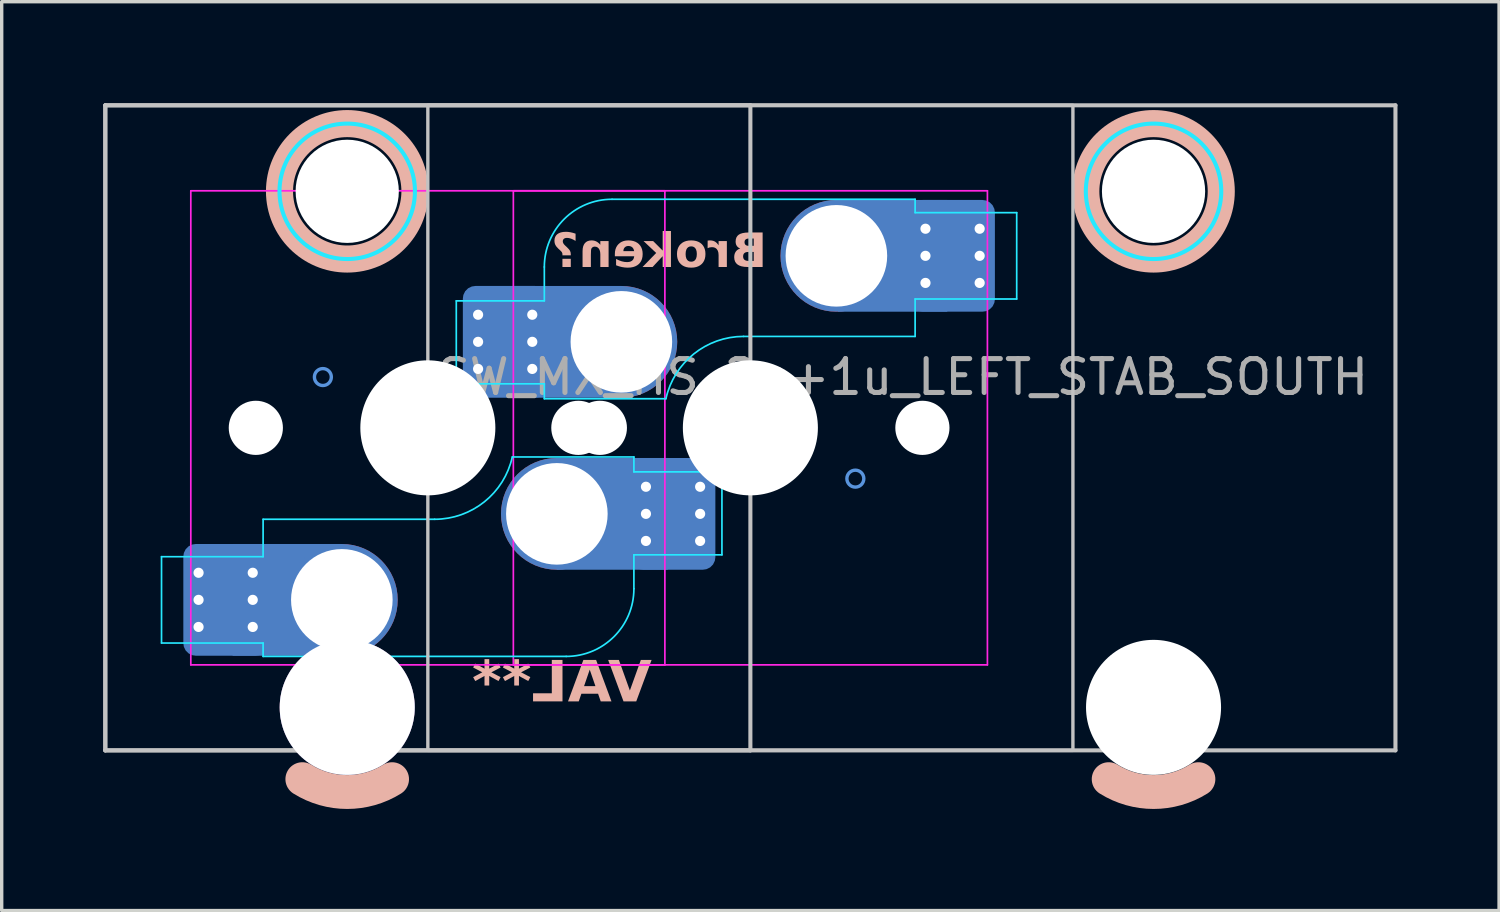
<source format=kicad_pcb>
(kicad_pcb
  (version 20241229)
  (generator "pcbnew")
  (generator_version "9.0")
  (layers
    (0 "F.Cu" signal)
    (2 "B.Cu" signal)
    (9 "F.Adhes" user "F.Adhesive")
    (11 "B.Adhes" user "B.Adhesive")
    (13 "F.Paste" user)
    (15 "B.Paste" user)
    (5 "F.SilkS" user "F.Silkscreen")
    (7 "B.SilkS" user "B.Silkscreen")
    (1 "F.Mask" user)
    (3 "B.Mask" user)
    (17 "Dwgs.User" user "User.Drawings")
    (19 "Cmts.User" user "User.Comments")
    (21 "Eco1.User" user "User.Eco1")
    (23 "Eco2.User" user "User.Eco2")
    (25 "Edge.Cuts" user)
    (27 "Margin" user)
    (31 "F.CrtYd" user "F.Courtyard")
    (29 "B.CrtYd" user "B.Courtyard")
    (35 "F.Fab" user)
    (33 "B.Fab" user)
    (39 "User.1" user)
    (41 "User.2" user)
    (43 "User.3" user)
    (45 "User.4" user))
  (footprint "SW_MX_HS_2u+1u_LEFT_STAB_SOUTH"
    (layer "F.Cu")
    (at 9.585 9.585)
    (property "Reference" "SW_MX_HS_2u+1u_LEFT_STAB_SOUTH" (at 14.025 -1.5 0) (layer "F.Fab") (effects (font (size 1 1) (thickness 0.15))))
    (property "Value" "VAL**" (at 9.525 -7.5 0) (layer "B.SilkS") (hide yes) (effects (font (size 1.2 1.2) (thickness 0.24) (bold yes)) (justify mirror)))
    (attr smd)
    (fp_arc (start -1.056252 10.374995) (mid -2.38125 10.755) (end -3.706248 10.374995) (stroke (width 1) (type default)) (layer "B.SilkS"))
    (fp_arc (start 22.756248 10.374995) (mid 21.43125 10.755) (end 20.106252 10.374995) (stroke (width 1) (type default)) (layer "B.SilkS"))
    (fp_circle (center -2.381 -6.985) (end -4.381 -6.985) (stroke (width 0.8) (type solid)) (fill no) (layer "B.SilkS"))
    (fp_circle (center 21.431 -6.985) (end 19.431 -6.985) (stroke (width 0.8) (type solid)) (fill no) (layer "B.SilkS"))
    (fp_line (start -9.525 -9.525) (end -9.525 9.525) (stroke (width 0.12) (type solid)) (layer "Dwgs.User"))
    (fp_line (start -9.525 -9.525) (end -9.525 9.525) (stroke (width 0.12) (type solid)) (layer "Dwgs.User"))
    (fp_line (start -9.525 -9.525) (end 28.575 -9.525) (stroke (width 0.12) (type solid)) (layer "Dwgs.User"))
    (fp_line (start -9.525 9.525) (end 9.525 9.525) (stroke (width 0.12) (type solid)) (layer "Dwgs.User"))
    (fp_line (start -9.525 9.525) (end 28.575 9.525) (stroke (width 0.12) (type solid)) (layer "Dwgs.User"))
    (fp_line (start 9.525 -9.525) (end -9.525 -9.525) (stroke (width 0.12) (type solid)) (layer "Dwgs.User"))
    (fp_line (start 9.525 9.525) (end 9.525 -9.525) (stroke (width 0.12) (type solid)) (layer "Dwgs.User"))
    (fp_line (start 28.575 -9.525) (end 28.575 9.525) (stroke (width 0.12) (type solid)) (layer "Dwgs.User"))
    (fp_rect (start 0 -9.525) (end 19.05 9.525) (stroke (width 0.1) (type default)) (fill no) (layer "Dwgs.User"))
    (fp_circle (center -3.1 -1.5) (end -3.35 -1.5) (stroke (width 0.1) (type default)) (fill no) (layer "Cmts.User"))
    (fp_circle (center -2.54 5.08) (end -2.54 5.58) (stroke (width 0.1) (type default)) (fill no) (layer "Cmts.User"))
    (fp_circle (center 3.81 2.54) (end 3.81 3.04) (stroke (width 0.1) (type default)) (fill no) (layer "Cmts.User"))
    (fp_circle (center 5.715 -2.54) (end 5.715 -3.04) (stroke (width 0.1) (type default)) (fill no) (layer "Cmts.User"))
    (fp_circle (center 12.065 -5.08) (end 12.065 -5.58) (stroke (width 0.1) (type default)) (fill no) (layer "Cmts.User"))
    (fp_circle (center 12.625 1.5) (end 12.875 1.5) (stroke (width 0.1) (type default)) (fill no) (layer "Cmts.User"))
    (fp_line (start -7 6.5) (end -7 -6.5) (stroke (width 0.05) (type solid)) (layer "Eco2.User"))
    (fp_line (start -6.5 -7) (end 6.5 -7) (stroke (width 0.05) (type solid)) (layer "Eco2.User"))
    (fp_line (start -5.756 -5.5) (end -5.756 7.5) (stroke (width 0.05) (type solid)) (layer "Eco2.User"))
    (fp_line (start -5.256 -6) (end 0.494 -6) (stroke (width 0.05) (type solid)) (layer "Eco2.User"))
    (fp_line (start -5.256 8) (end 0.494 8) (stroke (width 0.05) (type solid)) (layer "Eco2.User"))
    (fp_line (start 0.994 -5.5) (end 0.994 7.5) (stroke (width 0.05) (type solid)) (layer "Eco2.User"))
    (fp_line (start 2.525 6.5) (end 2.525 -6.5) (stroke (width 0.05) (type solid)) (layer "Eco2.User"))
    (fp_line (start 3.025 -7) (end 16.025 -7) (stroke (width 0.05) (type solid)) (layer "Eco2.User"))
    (fp_line (start 6.5 7) (end -6.5 7) (stroke (width 0.05) (type solid)) (layer "Eco2.User"))
    (fp_line (start 7 -6.5) (end 7 6.5) (stroke (width 0.05) (type solid)) (layer "Eco2.User"))
    (fp_line (start 16.025 7) (end 3.025 7) (stroke (width 0.05) (type solid)) (layer "Eco2.User"))
    (fp_line (start 16.525 -6.5) (end 16.525 6.5) (stroke (width 0.05) (type solid)) (layer "Eco2.User"))
    (fp_line (start 18.056 -5.5) (end 18.056 7.5) (stroke (width 0.05) (type solid)) (layer "Eco2.User"))
    (fp_line (start 18.556 -6) (end 24.305 -6) (stroke (width 0.05) (type solid)) (layer "Eco2.User"))
    (fp_line (start 18.556 8) (end 24.306 8) (stroke (width 0.05) (type solid)) (layer "Eco2.User"))
    (fp_line (start 24.805 -5.5) (end 24.806 7.5) (stroke (width 0.05) (type solid)) (layer "Eco2.User"))
    (fp_arc (start -6.997236 -6.498884) (mid -6.850805 -6.852453) (end -6.497236 -6.998884) (stroke (width 0.05) (type solid)) (layer "Eco2.User"))
    (fp_arc (start -6.5 7) (mid -6.853553 6.853553) (end -7 6.5) (stroke (width 0.05) (type solid)) (layer "Eco2.User"))
    (fp_arc (start -5.75625 -5.499999) (mid -5.609803 -5.853552) (end -5.25625 -5.999999) (stroke (width 0.05) (type solid)) (layer "Eco2.User"))
    (fp_arc (start -5.25625 8.000001) (mid -5.609803 7.853554) (end -5.75625 7.500001) (stroke (width 0.05) (type solid)) (layer "Eco2.User"))
    (fp_arc (start 0.49375 -5.999999) (mid 0.847303 -5.853552) (end 0.99375 -5.499999) (stroke (width 0.05) (type solid)) (layer "Eco2.User"))
    (fp_arc (start 0.99375 7.500001) (mid 0.847303 7.853554) (end 0.49375 8.000001) (stroke (width 0.05) (type solid)) (layer "Eco2.User"))
    (fp_arc (start 2.525 -6.5) (mid 2.671447 -6.853553) (end 3.025 -7) (stroke (width 0.05) (type solid)) (layer "Eco2.User"))
    (fp_arc (start 3.025 7) (mid 2.671447 6.853553) (end 2.525 6.5) (stroke (width 0.05) (type solid)) (layer "Eco2.User"))
    (fp_arc (start 6.5 -7) (mid 6.853553 -6.853553) (end 7 -6.5) (stroke (width 0.05) (type solid)) (layer "Eco2.User"))
    (fp_arc (start 7 6.5) (mid 6.853553 6.853553) (end 6.5 7) (stroke (width 0.05) (type solid)) (layer "Eco2.User"))
    (fp_arc (start 16.025 -7) (mid 16.378553 -6.853553) (end 16.525 -6.5) (stroke (width 0.05) (type solid)) (layer "Eco2.User"))
    (fp_arc (start 16.522236 6.498884) (mid 16.375806 6.852455) (end 16.022236 6.998884) (stroke (width 0.05) (type solid)) (layer "Eco2.User"))
    (fp_arc (start 18.05625 -5.499999) (mid 18.202685 -5.853565) (end 18.55625 -5.999999) (stroke (width 0.05) (type solid)) (layer "Eco2.User"))
    (fp_arc (start 18.55625 8.000001) (mid 18.202693 7.853543) (end 18.05625 7.500001) (stroke (width 0.05) (type solid)) (layer "Eco2.User"))
    (fp_arc (start 24.305039 -5.999999) (mid 24.658602 -5.853545) (end 24.805039 -5.499999) (stroke (width 0.05) (type solid)) (layer "Eco2.User"))
    (fp_arc (start 24.80625 7.500001) (mid 24.6598 7.853536) (end 24.30625 8.000001) (stroke (width 0.05) (type solid)) (layer "Eco2.User"))
    (fp_line (start -7.865 3.805) (end -7.865 6.355) (stroke (width 0.05) (type solid)) (layer "B.CrtYd"))
    (fp_line (start -4.865 2.7) (end 0.2 2.7) (stroke (width 0.05) (type solid)) (layer "B.CrtYd"))
    (fp_line (start -4.865 3.805) (end -7.865 3.805) (stroke (width 0.05) (type solid)) (layer "B.CrtYd"))
    (fp_line (start -4.865 3.805) (end -4.865 2.7) (stroke (width 0.05) (type solid)) (layer "B.CrtYd"))
    (fp_line (start -4.865 6.355) (end -7.865 6.355) (stroke (width 0.05) (type solid)) (layer "B.CrtYd"))
    (fp_line (start -4.865 6.75) (end -4.865 6.355) (stroke (width 0.05) (type solid)) (layer "B.CrtYd"))
    (fp_line (start 0.84 -3.75) (end 0.84 -1.3) (stroke (width 0.05) (type solid)) (layer "B.CrtYd"))
    (fp_line (start 0.84 -1.3) (end 3.44 -1.3) (stroke (width 0.05) (type solid)) (layer "B.CrtYd"))
    (fp_line (start 3.44 -3.75) (end 0.84 -3.75) (stroke (width 0.05) (type solid)) (layer "B.CrtYd"))
    (fp_line (start 3.44 -3.75) (end 3.44 -4.75) (stroke (width 0.05) (type solid)) (layer "B.CrtYd"))
    (fp_line (start 3.44 -1.3) (end 3.44 -0.86) (stroke (width 0.05) (type solid)) (layer "B.CrtYd"))
    (fp_line (start 3.44 -0.86) (end 7.031 -0.86) (stroke (width 0.05) (type solid)) (layer "B.CrtYd"))
    (fp_line (start 4.085 6.75) (end -4.865 6.75) (stroke (width 0.05) (type solid)) (layer "B.CrtYd"))
    (fp_line (start 5.44 -6.75) (end 14.39 -6.75) (stroke (width 0.05) (type solid)) (layer "B.CrtYd"))
    (fp_line (start 6.085 0.86) (end 2.494 0.86) (stroke (width 0.05) (type solid)) (layer "B.CrtYd"))
    (fp_line (start 6.085 1.3) (end 6.085 0.86) (stroke (width 0.05) (type solid)) (layer "B.CrtYd"))
    (fp_line (start 6.085 3.75) (end 6.085 4.75) (stroke (width 0.05) (type solid)) (layer "B.CrtYd"))
    (fp_line (start 6.085 3.75) (end 8.685 3.75) (stroke (width 0.05) (type solid)) (layer "B.CrtYd"))
    (fp_line (start 8.685 1.3) (end 6.085 1.3) (stroke (width 0.05) (type solid)) (layer "B.CrtYd"))
    (fp_line (start 8.685 3.75) (end 8.685 1.3) (stroke (width 0.05) (type solid)) (layer "B.CrtYd"))
    (fp_line (start 14.39 -6.75) (end 14.39 -6.355) (stroke (width 0.05) (type solid)) (layer "B.CrtYd"))
    (fp_line (start 14.39 -6.355) (end 17.39 -6.355) (stroke (width 0.05) (type solid)) (layer "B.CrtYd"))
    (fp_line (start 14.39 -3.805) (end 14.39 -2.7) (stroke (width 0.05) (type solid)) (layer "B.CrtYd"))
    (fp_line (start 14.39 -3.805) (end 17.39 -3.805) (stroke (width 0.05) (type solid)) (layer "B.CrtYd"))
    (fp_line (start 14.39 -2.7) (end 9.325 -2.7) (stroke (width 0.05) (type solid)) (layer "B.CrtYd"))
    (fp_line (start 17.39 -3.805) (end 17.39 -6.355) (stroke (width 0.05) (type solid)) (layer "B.CrtYd"))
    (fp_arc (start 2.494322 0.86022) (mid 1.670503 2.1834) (end 0.2 2.70022) (stroke (width 0.05) (type solid)) (layer "B.CrtYd"))
    (fp_arc (start 3.439824 -4.75022) (mid 4.02561 -6.164434) (end 5.439824 -6.75022) (stroke (width 0.05) (type solid)) (layer "B.CrtYd"))
    (fp_arc (start 6.085176 4.75022) (mid 5.499389 6.164432) (end 4.085176 6.75022) (stroke (width 0.05) (type solid)) (layer "B.CrtYd"))
    (fp_arc (start 7.030678 -0.86022) (mid 7.854497 -2.183399) (end 9.325 -2.70022) (stroke (width 0.05) (type solid)) (layer "B.CrtYd"))
    (fp_circle (center -2.381 -6.985) (end -0.381 -6.985) (stroke (width 0.12) (type solid)) (fill no) (layer "B.CrtYd"))
    (fp_circle (center 21.431 -6.985) (end 23.431 -6.985) (stroke (width 0.12) (type solid)) (fill no) (layer "B.CrtYd"))
    (fp_line (start -7 -7) (end -7 7) (stroke (width 0.05) (type solid)) (layer "F.CrtYd"))
    (fp_line (start -7 7) (end 7 7) (stroke (width 0.05) (type solid)) (layer "F.CrtYd"))
    (fp_line (start 2.525 -7) (end 2.525 7) (stroke (width 0.05) (type solid)) (layer "F.CrtYd"))
    (fp_line (start 2.525 7) (end 16.525 7) (stroke (width 0.05) (type solid)) (layer "F.CrtYd"))
    (fp_line (start 7 -7) (end -7 -7) (stroke (width 0.05) (type solid)) (layer "F.CrtYd"))
    (fp_line (start 7 7) (end 7 -7) (stroke (width 0.05) (type solid)) (layer "F.CrtYd"))
    (fp_line (start 16.525 -7) (end 2.525 -7) (stroke (width 0.05) (type solid)) (layer "F.CrtYd"))
    (fp_line (start 16.525 7) (end 16.525 -7) (stroke (width 0.05) (type solid)) (layer "F.CrtYd"))
    (fp_text user "Broken?" (at 10.015 -4.58 0) (unlocked yes) (layer "B.SilkS") (effects (font (face "Hitmo2.0") (size 1 1) (thickness 0.25) (bold yes)) (justify left bottom mirror)))
    (fp_text user "${VALUE}" (at 3.96 7.58 0) (layer "B.SilkS") (effects (font (face "Hitmo2.0") (size 1.2 1.2) (thickness 0.24) (bold yes)) (justify mirror)))
    (pad "" np_thru_hole circle (at -5.08 -0.000001 180) (size 1.6 1.6) (drill 1.6) (layers "*.Cu" "*.Mask"))
    (pad "" np_thru_hole circle (at -2.381 -6.985) (size 3.048 3.048) (drill 3.048) (layers "*.Cu" "*.Mask"))
    (pad "" np_thru_hole circle (at 0 0 180) (size 3.988 3.988) (drill 3.988) (layers "*.Cu" "*.Mask"))
    (pad "" np_thru_hole circle (at 4.445 0) (size 1.6 1.6) (drill 1.6) (layers "*.Cu" "*.Mask"))
    (pad "" np_thru_hole circle (at 5.08 -0.000001 180) (size 1.6 1.6) (drill 1.6) (layers "*.Cu" "*.Mask"))
    (pad "" np_thru_hole circle (at 9.525 0) (size 3.988 3.988) (drill 3.988) (layers "*.Cu" "*.Mask"))
    (pad "" np_thru_hole circle (at 14.605 0) (size 1.6 1.6) (drill 1.6) (layers "*.Cu" "*.Mask"))
    (pad "" np_thru_hole circle (at 21.431 -6.985) (size 3.048 3.048) (drill 3.048) (layers "*.Cu" "*.Mask"))
    (pad "" np_thru_hole circle (at 21.431 8.255) (size 3.988 3.988) (drill 3.988) (layers "*.Cu" "*.Mask"))
    (pad "1" thru_hole circle (at -6.771 4.28 180) (size 0.6 0.6) (drill 0.3) (layers "*.Cu"))
    (pad "1" thru_hole circle (at -6.771 5.08 180) (size 0.6 0.6) (drill 0.3) (layers "*.Cu"))
    (pad "1" thru_hole circle (at -6.771 5.88 180) (size 0.6 0.6) (drill 0.3) (layers "*.Cu"))
    (pad "1" smd roundrect (at -5.971 5.08 180) (size 2.2 3) (layers "B.Cu" "B.Mask" "B.Paste") (roundrect_rratio 0.114))
    (pad "1" smd roundrect (at -5.971 5.08 180) (size 2.5 3.3) (layers "B.Cu") (roundrect_rratio 0.148))
    (pad "1" thru_hole circle (at -5.171 4.28 180) (size 0.6 0.6) (drill 0.3) (layers "*.Cu"))
    (pad "1" thru_hole circle (at -5.171 5.08 180) (size 0.6 0.6) (drill 0.3) (layers "*.Cu"))
    (pad "1" thru_hole circle (at -5.171 5.88 180) (size 0.6 0.6) (drill 0.3) (layers "*.Cu"))
    (pad "1" smd rect (at -4.153 5.08 180) (size 3.226 3.3) (layers "B.Cu"))
    (pad "1" thru_hole circle (at -2.54 5.08 180) (size 3 3) (drill 3) (layers "*.Cu" "*.Mask"))
    (pad "1" smd circle (at -2.54 5.08 180) (size 3.3 3.3) (layers "F.Cu"))
    (pad "1" smd circle (at -2.54 5.08 180) (size 3.3 3.3) (layers "B.Cu"))
    (pad "1" thru_hole circle (at -2.381 8.255) (size 3.988 3.988) (drill 3.988) (layers "*.Cu" "*.Mask"))
    (pad "1" thru_hole circle (at 1.484 -3.34 180) (size 0.6 0.6) (drill 0.3) (layers "*.Cu"))
    (pad "1" thru_hole circle (at 1.484 -2.54 180) (size 0.6 0.6) (drill 0.3) (layers "*.Cu"))
    (pad "1" thru_hole circle (at 1.484 -1.74 180) (size 0.6 0.6) (drill 0.3) (layers "*.Cu"))
    (pad "1" smd roundrect (at 2.284 -2.54 180) (size 2.2 3) (layers "B.Cu" "B.Mask" "B.Paste") (roundrect_rratio 0.114))
    (pad "1" smd roundrect (at 2.284 -2.54 180) (size 2.5 3.3) (layers "B.Cu") (roundrect_rratio 0.148))
    (pad "1" thru_hole circle (at 3.084 -3.34 180) (size 0.6 0.6) (drill 0.3) (layers "*.Cu"))
    (pad "1" thru_hole circle (at 3.084 -2.54 180) (size 0.6 0.6) (drill 0.3) (layers "*.Cu"))
    (pad "1" thru_hole circle (at 3.084 -1.74 180) (size 0.6 0.6) (drill 0.3) (layers "*.Cu"))
    (pad "1" smd rect (at 4.102 -2.54 180) (size 3.226 3.3) (layers "B.Cu"))
    (pad "1" thru_hole circle (at 5.715 -2.54 180) (size 3 3) (drill 3) (layers "*.Cu" "*.Mask"))
    (pad "1" smd circle (at 5.715 -2.54 180) (size 3.3 3.3) (layers "F.Cu"))
    (pad "1" smd circle (at 5.715 -2.54 180) (size 3.3 3.3) (layers "B.Cu"))
    (pad "2" thru_hole circle (at 3.81 2.54) (size 3 3) (drill 3) (layers "*.Cu" "*.Mask"))
    (pad "2" smd circle (at 3.81 2.54 180) (size 3.3 3.3) (layers "F.Cu"))
    (pad "2" smd circle (at 3.81 2.54 180) (size 3.3 3.3) (layers "B.Cu"))
    (pad "2" smd rect (at 5.447 2.54) (size 3.274 3.3) (layers "B.Cu"))
    (pad "2" thru_hole circle (at 6.441 1.74) (size 0.6 0.6) (drill 0.3) (layers "*.Cu"))
    (pad "2" thru_hole circle (at 6.441 2.54) (size 0.6 0.6) (drill 0.3) (layers "*.Cu"))
    (pad "2" thru_hole circle (at 6.441 3.34) (size 0.6 0.6) (drill 0.3) (layers "*.Cu"))
    (pad "2" smd roundrect (at 7.241 2.54) (size 2.2 3) (layers "B.Cu" "B.Mask" "B.Paste") (roundrect_rratio 0.114))
    (pad "2" smd roundrect (at 7.241 2.54) (size 2.5 3.3) (layers "B.Cu") (roundrect_rratio 0.148))
    (pad "2" thru_hole circle (at 8.041 1.74) (size 0.6 0.6) (drill 0.3) (layers "*.Cu"))
    (pad "2" thru_hole circle (at 8.041 2.54) (size 0.6 0.6) (drill 0.3) (layers "*.Cu"))
    (pad "2" thru_hole circle (at 8.041 3.34) (size 0.6 0.6) (drill 0.3) (layers "*.Cu"))
    (pad "2" thru_hole circle (at 12.065 -5.08) (size 3 3) (drill 3) (layers "*.Cu" "*.Mask"))
    (pad "2" smd circle (at 12.065 -5.08 180) (size 3.3 3.3) (layers "F.Cu"))
    (pad "2" smd circle (at 12.065 -5.08 180) (size 3.3 3.3) (layers "B.Cu"))
    (pad "2" smd rect (at 13.726 -5.08) (size 3.226 3.3) (layers "B.Cu"))
    (pad "2" thru_hole circle (at 14.696 -5.88) (size 0.6 0.6) (drill 0.3) (layers "*.Cu"))
    (pad "2" thru_hole circle (at 14.696 -5.08) (size 0.6 0.6) (drill 0.3) (layers "*.Cu"))
    (pad "2" thru_hole circle (at 14.696 -4.28) (size 0.6 0.6) (drill 0.3) (layers "*.Cu"))
    (pad "2" smd roundrect (at 15.496 -5.08) (size 2.2 3) (layers "B.Cu" "B.Mask" "B.Paste") (roundrect_rratio 0.114))
    (pad "2" smd roundrect (at 15.496 -5.08) (size 2.5 3.3) (layers "B.Cu") (roundrect_rratio 0.148))
    (pad "2" thru_hole circle (at 16.296 -5.88) (size 0.6 0.6) (drill 0.3) (layers "*.Cu"))
    (pad "2" thru_hole circle (at 16.296 -5.08) (size 0.6 0.6) (drill 0.3) (layers "*.Cu"))
    (pad "2" thru_hole circle (at 16.296 -4.28) (size 0.6 0.6) (drill 0.3) (layers "*.Cu")))
  (gr_rect
    (start -3 -3)
    (end 41.22 23.84)
    (stroke (width 0.1) (type default))
    (fill no)
    (layer "Edge.Cuts")))
</source>
